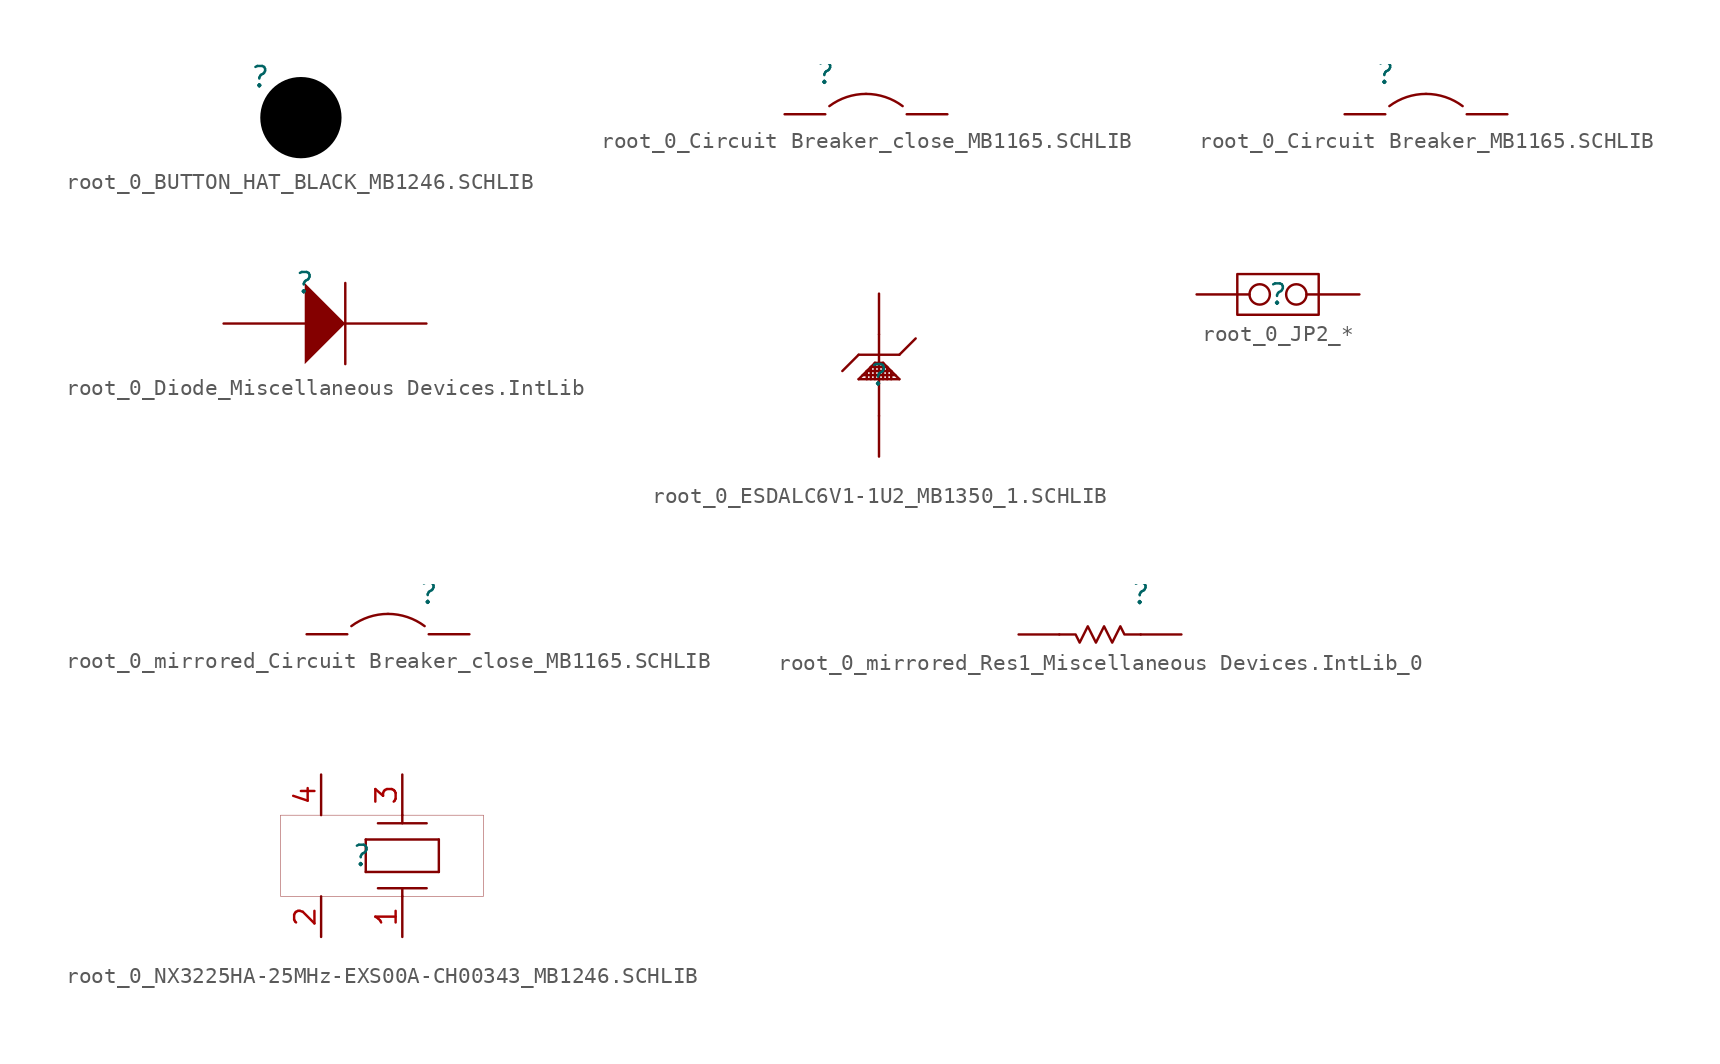
<source format=kicad_sym>
(kicad_symbol_lib
  (version 20241209)
  (generator "kicad_symbol_editor")
  (generator_version "9.0")
  (symbol "root_0_BUTTON_HAT_BLACK_MB1246.SCHLIB"
    (pin_numbers
      (hide yes))
    (pin_names
      (hide yes))
    (property "Reference" ""
      (at 0 0 0)
      (effects (font (size 1.27 1.27))))
    (property "Value" ""
      (at 0 0 0)
      (effects (font (size 1.27 1.27))))
    (symbol "root_0_BUTTON_HAT_BLACK_MB1246.SCHLIB_1_0"
      (circle (center 2.54 -2.54) (radius 2.54) (stroke (width -0.0001) (type solid) (color 0 0 0 1)) (fill (type outline)))))
  (symbol "root_0_Circuit Breaker_close_MB1165.SCHLIB"
    (pin_numbers
      (hide yes))
    (pin_names
      (hide yes))
    (property "Reference" ""
      (at 0 0 0)
      (effects (font (size 1.27 1.27))))
    (property "Value" ""
      (at 0 0 0)
      (effects (font (size 1.27 1.27))))
    (symbol "root_0_Circuit Breaker_close_MB1165.SCHLIB_1_0"
      (arc (start 0.254 -2.032) (mid 1.3352 -1.4655) (end 2.54 -1.27) (stroke (width 0) (type solid)) (fill (type none)))
      (arc (start 2.54 -1.27) (mid 3.7448 -1.4655) (end 4.826 -2.032) (stroke (width 0) (type solid)) (fill (type none)))
      (pin passive line (at -2.54 -2.54 0) (length 2.54) (name "1" (effects (font (size 1.27 1.27)))) (number "1" (effects (font (size 1.27 1.27)))))
      (pin passive line (at 7.62 -2.54 180) (length 2.54) (name "2" (effects (font (size 1.27 1.27)))) (number "2" (effects (font (size 1.27 1.27)))))))
  (symbol "root_0_Circuit Breaker_MB1165.SCHLIB"
    (pin_numbers
      (hide yes))
    (pin_names
      (hide yes))
    (property "Reference" ""
      (at 0 0 0)
      (effects (font (size 1.27 1.27))))
    (property "Value" ""
      (at 0 0 0)
      (effects (font (size 1.27 1.27))))
    (symbol "root_0_Circuit Breaker_MB1165.SCHLIB_1_0"
      (arc (start 0.254 -2.032) (mid 1.3352 -1.4655) (end 2.54 -1.27) (stroke (width 0) (type solid)) (fill (type none)))
      (arc (start 2.54 -1.27) (mid 3.7448 -1.4655) (end 4.826 -2.032) (stroke (width 0) (type solid)) (fill (type none)))
      (pin passive line (at -2.54 -2.54 0) (length 2.54) (name "1" (effects (font (size 1.27 1.27)))) (number "1" (effects (font (size 1.27 1.27)))))
      (pin passive line (at 7.62 -2.54 180) (length 2.54) (name "2" (effects (font (size 1.27 1.27)))) (number "2" (effects (font (size 1.27 1.27)))))))
  (symbol "root_0_Diode_Miscellaneous Devices.IntLib"
    (pin_numbers
      (hide yes))
    (pin_names
      (hide yes))
    (property "Reference" ""
      (at 0 0 0)
      (effects (font (size 1.27 1.27))))
    (property "Value" ""
      (at 0 0 0)
      (effects (font (size 1.27 1.27))))
    (symbol "root_0_Diode_Miscellaneous Devices.IntLib_1_0"
      (polyline (pts (xy 0 -5.08) (xy 2.54 -2.54) (xy 0 0) (xy 0 -5.08)) (stroke (width -0.0001) (type solid)) (fill (type outline)))
      (polyline (pts (xy 2.54 0) (xy 2.54 -5.08)) (stroke (width 0) (type solid)) (fill (type none)))
      (pin passive line (at -5.08 -2.54 0) (length 5.08) (name "A" (effects (font (size 1.27 1.27)))) (number "1" (effects (font (size 1.27 1.27)))))
      (pin passive line (at 7.62 -2.54 180) (length 5.08) (name "K" (effects (font (size 1.27 1.27)))) (number "2" (effects (font (size 1.27 1.27)))))))
  (symbol "root_0_ESDALC6V1-1U2_MB1350_1.SCHLIB"
    (pin_numbers
      (hide yes))
    (pin_names
      (hide yes))
    (property "Reference" ""
      (at 0 0 0)
      (effects (font (size 1.27 1.27))))
    (property "Value" ""
      (at 0 0 0)
      (effects (font (size 1.27 1.27))))
    (symbol "root_0_ESDALC6V1-1U2_MB1350_1.SCHLIB_1_0"
      (polyline (pts (xy -1.27 1.27) (xy -2.286 0.254)) (stroke (width 0) (type solid)) (fill (type none)))
      (polyline (pts (xy -1.27 1.27) (xy 1.27 1.27)) (stroke (width 0) (type solid)) (fill (type none)))
      (polyline (pts (xy -1.27 -0.254) (xy -0.254 0.762)) (stroke (width 0) (type solid)) (fill (type none)))
      (polyline (pts (xy -1.27 -0.254) (xy 1.27 -0.254)) (stroke (width 0) (type solid)) (fill (type none)))
      (polyline (pts (xy -1.016 0) (xy 1.016 0)) (stroke (width 0) (type solid)) (fill (type none)))
      (polyline (pts (xy -0.762 0.254) (xy 0.762 0.254)) (stroke (width 0) (type solid)) (fill (type none)))
      (polyline (pts (xy -0.762 -0.254) (xy -0.762 0.254)) (stroke (width 0) (type solid)) (fill (type none)))
      (polyline (pts (xy -0.508 0.508) (xy 0.508 0.508)) (stroke (width 0) (type solid)) (fill (type none)))
      (polyline (pts (xy -0.508 -0.254) (xy -0.508 0.508)) (stroke (width 0) (type solid)) (fill (type none)))
      (polyline (pts (xy -0.254 0.762) (xy 0.254 0.762)) (stroke (width 0) (type solid)) (fill (type none)))
      (polyline (pts (xy -0.254 -0.254) (xy -0.254 0.762)) (stroke (width 0) (type solid)) (fill (type none)))
      (polyline (pts (xy 0 -2.54) (xy 0 2.54)) (stroke (width 0) (type solid)) (fill (type none)))
      (polyline (pts (xy 0.254 0.762) (xy 1.27 -0.254)) (stroke (width 0) (type solid)) (fill (type none)))
      (polyline (pts (xy 0.254 -0.254) (xy 0.254 0.762)) (stroke (width 0) (type solid)) (fill (type none)))
      (polyline (pts (xy 0.508 -0.254) (xy 0.508 0.508)) (stroke (width 0) (type solid)) (fill (type none)))
      (polyline (pts (xy 0.762 -0.254) (xy 0.762 0.254)) (stroke (width 0) (type solid)) (fill (type none)))
      (polyline (pts (xy 1.27 1.27) (xy 2.286 2.286)) (stroke (width 0) (type solid)) (fill (type none)))
      (pin passive line (at 0 5.08 270) (length 2.54) (name "1" (effects (font (size 1.27 1.27)))) (number "1" (effects (font (size 1.27 1.27)))))
      (pin passive line (at 0 -5.08 90) (length 2.54) (name "2" (effects (font (size 1.27 1.27)))) (number "2" (effects (font (size 1.27 1.27)))))))
  (symbol "root_0_JP2_*"
    (pin_numbers
      (hide yes))
    (pin_names
      (hide yes))
    (property "Reference" ""
      (at 0 0 0)
      (effects (font (size 1.27 1.27))))
    (property "Value" ""
      (at 0 0 0)
      (effects (font (size 1.27 1.27))))
    (symbol "root_0_JP2_*_1_0"
      (polyline (pts (xy -2.54 1.27) (xy 2.54 1.27) (xy 2.54 -1.27) (xy -2.54 -1.27) (xy -2.54 1.27)) (stroke (width 0) (type solid)) (fill (type none)))
      (pin passive inverted (at -5.08 0 0) (length 4.572) (name "COMMON" (effects (font (size 1.27 1.27)))) (number "1" (effects (font (size 1.27 1.27)))))
      (pin passive inverted (at 5.08 0 180) (length 4.572) (name "NO" (effects (font (size 1.27 1.27)))) (number "2" (effects (font (size 1.27 1.27)))))))
  (symbol "root_0_mirrored_Circuit Breaker_close_MB1165.SCHLIB"
    (pin_numbers
      (hide yes))
    (pin_names
      (hide yes))
    (property "Reference" ""
      (at 0 0 0)
      (effects (font (size 1.27 1.27))))
    (property "Value" ""
      (at 0 0 0)
      (effects (font (size 1.27 1.27))))
    (symbol "root_0_mirrored_Circuit Breaker_close_MB1165.SCHLIB_1_0"
      (arc (start -4.826 -2.032) (mid -3.7448 -1.4655) (end -2.54 -1.27) (stroke (width 0) (type solid)) (fill (type none)))
      (arc (start -2.54 -1.27) (mid -1.3352 -1.4655) (end -0.254 -2.032) (stroke (width 0) (type solid)) (fill (type none)))
      (pin passive line (at -7.62 -2.54 0) (length 2.54) (name "2" (effects (font (size 1.27 1.27)))) (number "2" (effects (font (size 1.27 1.27)))))
      (pin passive line (at 2.54 -2.54 180) (length 2.54) (name "1" (effects (font (size 1.27 1.27)))) (number "1" (effects (font (size 1.27 1.27)))))))
  (symbol "root_0_mirrored_Res1_Miscellaneous Devices.IntLib_0"
    (pin_numbers
      (hide yes))
    (pin_names
      (hide yes))
    (property "Reference" ""
      (at 0 0 0)
      (effects (font (size 1.27 1.27))))
    (property "Value" ""
      (at 0 0 0)
      (effects (font (size 1.27 1.27))))
    (symbol "root_0_mirrored_Res1_Miscellaneous Devices.IntLib_0_1_0"
      (polyline (pts (xy -5.08 -2.54) (xy -4.064 -2.54) (xy -3.81 -3.048) (xy -3.302 -2.032) (xy -2.794 -3.048) (xy -2.286 -2.032) (xy -1.778 -3.048) (xy -1.27 -2.032) (xy -1.016 -2.54) (xy 0 -2.54)) (stroke (width 0) (type solid)) (fill (type none)))
      (pin passive line (at -7.62 -2.54 0) (length 2.54) (name "2" (effects (font (size 1.27 1.27)))) (number "2" (effects (font (size 1.27 1.27)))))
      (pin passive line (at 2.54 -2.54 180) (length 2.54) (name "1" (effects (font (size 1.27 1.27)))) (number "1" (effects (font (size 1.27 1.27)))))))
  (symbol "root_0_NX3225HA-25MHz-EXS00A-CH00343_MB1246.SCHLIB"
    (pin_names
      (hide yes))
    (property "Reference" ""
      (at 0 0 0)
      (effects (font (size 1.27 1.27))))
    (property "Value" ""
      (at 0 0 0)
      (effects (font (size 1.27 1.27))))
    (symbol "root_0_NX3225HA-25MHz-EXS00A-CH00343_MB1246.SCHLIB_1_0"
      (polyline (pts (xy 0.254 1.016) (xy 0.254 -1.016)) (stroke (width 0) (type solid)) (fill (type none)))
      (polyline (pts (xy 2.54 2.54) (xy 2.54 2.032)) (stroke (width 0) (type solid)) (fill (type none)))
      (polyline (pts (xy 2.54 -2.032) (xy 2.54 -2.54)) (stroke (width 0) (type solid)) (fill (type none)))
      (polyline (pts (xy 4.064 2.032) (xy 1.016 2.032)) (stroke (width 0) (type solid)) (fill (type none)))
      (polyline (pts (xy 4.064 -2.032) (xy 1.016 -2.032)) (stroke (width 0) (type solid)) (fill (type none)))
      (polyline (pts (xy 4.826 1.016) (xy 0.254 1.016)) (stroke (width 0) (type solid)) (fill (type none)))
      (polyline (pts (xy 4.826 1.016) (xy 4.826 -1.016)) (stroke (width 0) (type solid)) (fill (type none)))
      (polyline (pts (xy 4.826 -1.016) (xy 0.254 -1.016)) (stroke (width 0) (type solid)) (fill (type none)))
      (rectangle (start 7.62 2.54) (end -5.08 -2.54) (stroke (width 0.025) (type solid) (color 128 0 0 1)) (fill (type none)))
      (pin passive line (at -2.54 5.08 270) (length 2.54) (name "4" (effects (font (size 1.27 1.27)))) (number "4" (effects (font (size 1.27 1.27)))))
      (pin passive line (at -2.54 -5.08 90) (length 2.54) (name "2" (effects (font (size 1.27 1.27)))) (number "2" (effects (font (size 1.27 1.27)))))
      (pin passive line (at 2.54 5.08 270) (length 2.54) (name "3" (effects (font (size 1.27 1.27)))) (number "3" (effects (font (size 1.27 1.27)))))
      (pin passive line (at 2.54 -5.08 90) (length 2.54) (name "1" (effects (font (size 1.27 1.27)))) (number "1" (effects (font (size 1.27 1.27))))))))
</source>
